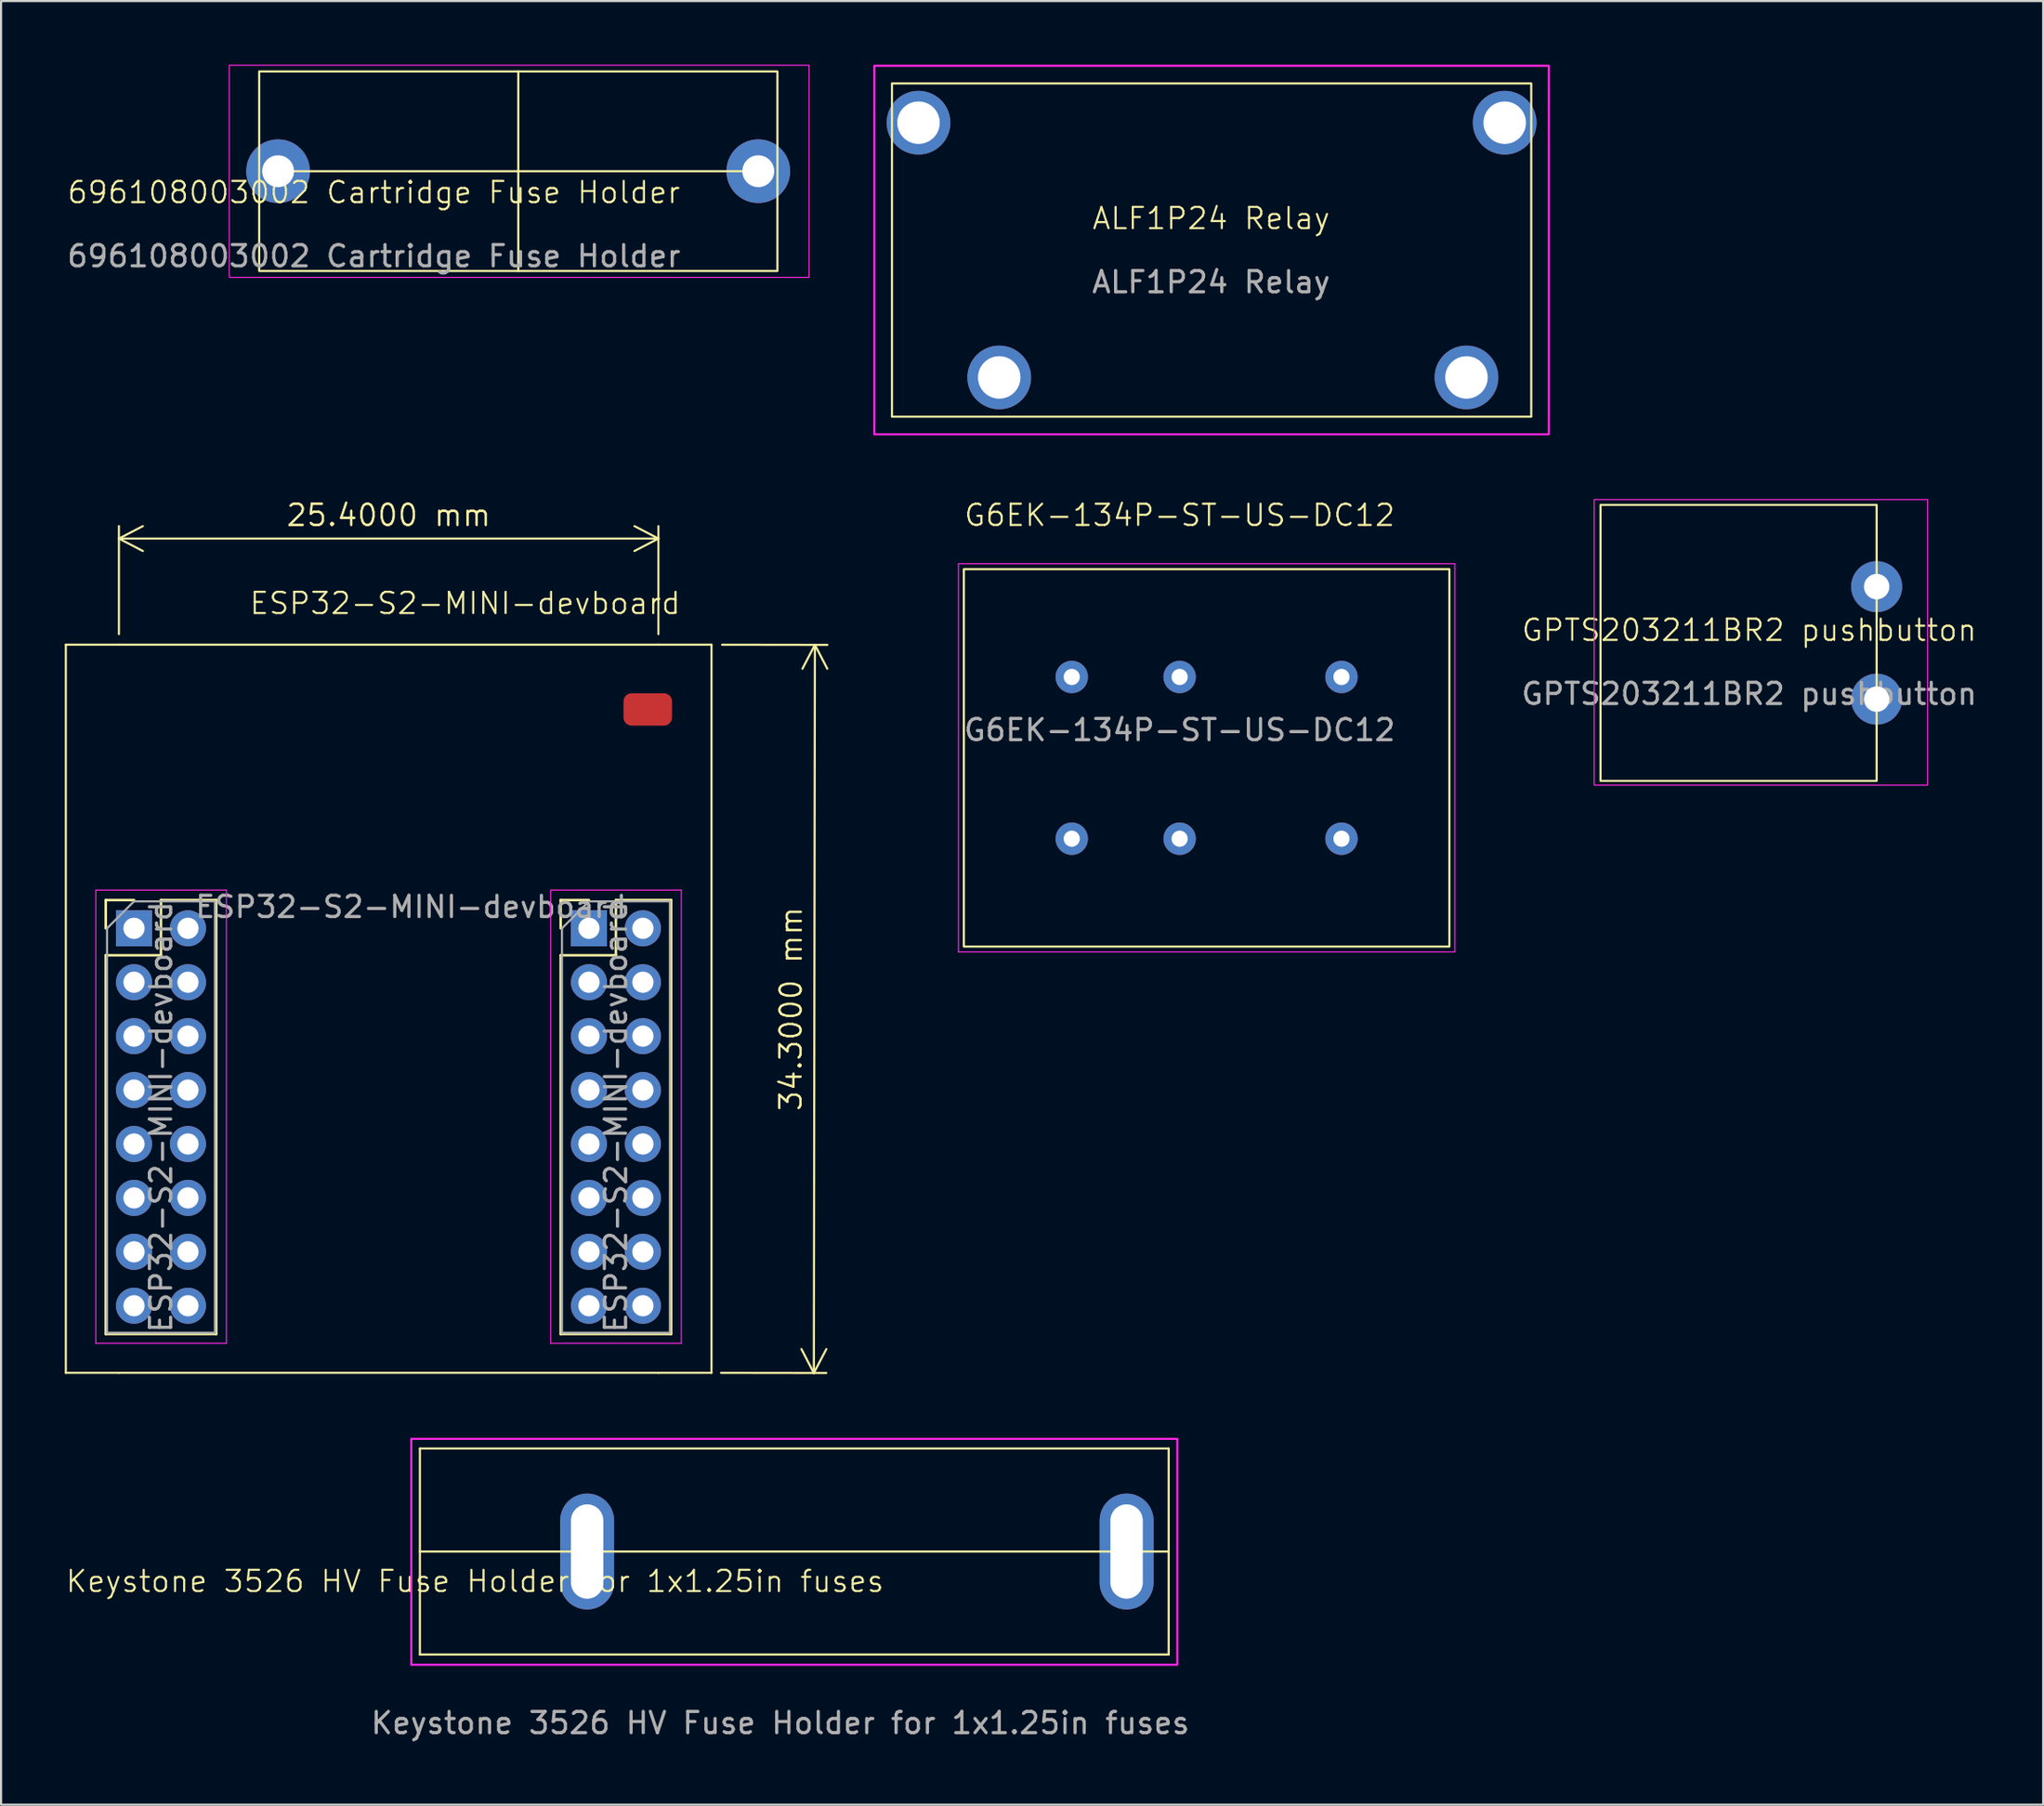
<source format=kicad_pcb>
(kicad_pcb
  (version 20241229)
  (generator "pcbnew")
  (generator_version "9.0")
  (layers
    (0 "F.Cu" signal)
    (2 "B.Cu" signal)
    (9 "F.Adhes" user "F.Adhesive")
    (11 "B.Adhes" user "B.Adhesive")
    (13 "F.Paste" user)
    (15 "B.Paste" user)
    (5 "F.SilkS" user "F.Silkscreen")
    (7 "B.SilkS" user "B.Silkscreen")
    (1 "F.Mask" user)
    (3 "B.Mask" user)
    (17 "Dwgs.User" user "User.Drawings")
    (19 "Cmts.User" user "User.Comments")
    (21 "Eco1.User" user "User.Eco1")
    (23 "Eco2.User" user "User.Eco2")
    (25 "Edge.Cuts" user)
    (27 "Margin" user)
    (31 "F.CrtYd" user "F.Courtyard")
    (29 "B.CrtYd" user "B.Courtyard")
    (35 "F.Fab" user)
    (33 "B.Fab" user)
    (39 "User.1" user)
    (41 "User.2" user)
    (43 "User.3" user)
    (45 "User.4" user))
  (footprint "Keystone 3526 HV Fuse Holder for 1x1.25in fuses"
    (layer "F.Cu")
    (at 34.349 70.012)
    (property "Reference" "Keystone 3526 HV Fuse Holder for 1x1.25in fuses" (at -15.037 1.43 0) (unlocked yes) (layer "F.SilkS") (effects (font (size 1 1) (thickness 0.1))))
    (attr through_hole)
    (fp_line (start -17.628 -4.826) (end -17.628 4.877) (stroke (width 0.1) (type default)) (layer "F.SilkS"))
    (fp_line (start 17.628 -4.826) (end -17.628 -4.826) (stroke (width 0.1) (type default)) (layer "F.SilkS"))
    (fp_line (start 17.628 0.025) (end -17.628 0.025) (stroke (width 0.1) (type default)) (layer "F.SilkS"))
    (fp_line (start 17.628 4.877) (end -17.628 4.877) (stroke (width 0.1) (type default)) (layer "F.SilkS"))
    (fp_line (start 17.628 4.877) (end 17.628 -4.826) (stroke (width 0.1) (type default)) (layer "F.SilkS"))
    (fp_rect (start -18.034 -5.283) (end 18.034 5.359) (stroke (width 0.1) (type default)) (fill no) (layer "F.CrtYd"))
    (fp_text user "${REFERENCE}" (at -0.66 8.103 0) (unlocked yes) (layer "F.Fab") (effects (font (size 1 1) (thickness 0.15))))
    (pad "1" thru_hole oval (at 15.646 0.025) (size 2.54 5.461) (drill oval 1.524 4.445) (layers "*.Cu" "*.Mask"))
    (pad "2" thru_hole oval (at -9.754 0.025) (size 2.54 5.461) (drill oval 1.524 4.445) (layers "*.Cu" "*.Mask")))
  (footprint "696108003002 Cartridge Fuse Holder"
    (layer "F.Cu")
    (at 21.324 5.025)
    (property "Reference" "696108003002 Cartridge Fuse Holder" (at -6.77 0.99 0) (unlocked yes) (layer "F.SilkS") (effects (font (size 1 1) (thickness 0.1))))
    (attr through_hole)
    (fp_line (start -11.27 -0.01) (end 0.03 -0.01) (stroke (width 0.1) (type default)) (layer "F.SilkS"))
    (fp_line (start 0.03 -4.71) (end 0.03 4.69) (stroke (width 0.1) (type default)) (layer "F.SilkS"))
    (fp_line (start 0.03 -0.01) (end 11.33 -0.01) (stroke (width 0.1) (type default)) (layer "F.SilkS"))
    (fp_rect (start -12.17 -4.71) (end 12.23 4.69) (stroke (width 0.1) (type default)) (fill no) (layer "F.SilkS"))
    (fp_rect (start -13.58 -5) (end 13.72 4.99) (stroke (width 0.05) (type default)) (fill no) (layer "F.CrtYd"))
    (fp_text user "${REFERENCE}" (at -6.77 3.99 0) (unlocked yes) (layer "F.Fab") (effects (font (size 1 1) (thickness 0.15))))
    (pad "1" thru_hole circle (at -11.28 -0.01) (size 3 3) (drill 1.5) (layers "*.Cu" "*.Mask"))
    (pad "2" thru_hole circle (at 11.33 -0.01) (size 3 3) (drill 1.5) (layers "*.Cu" "*.Mask")))
  (footprint "ESP32-S2-MINI-devboard"
    (layer "F.Cu")
    (at 16.3 37.17)
    (property "Reference" "ESP32-S2-MINI-devboard" (at 2.55 -11.8 0) (unlocked yes) (layer "F.SilkS") (effects (font (size 1 1) (thickness 0.1))))
    (attr smd)
    (fp_line (start -16.25 -9.85) (end -16.25 24.45) (stroke (width 0.1) (type default)) (layer "F.SilkS"))
    (fp_line (start -14.37 2.18) (end -13.04 2.18) (stroke (width 0.12) (type solid)) (layer "F.SilkS"))
    (fp_line (start -14.37 3.51) (end -14.37 2.18) (stroke (width 0.12) (type solid)) (layer "F.SilkS"))
    (fp_line (start -14.37 4.78) (end -14.37 22.62) (stroke (width 0.12) (type solid)) (layer "F.SilkS"))
    (fp_line (start -14.37 4.78) (end -11.77 4.78) (stroke (width 0.12) (type solid)) (layer "F.SilkS"))
    (fp_line (start -14.37 22.62) (end -9.17 22.62) (stroke (width 0.12) (type solid)) (layer "F.SilkS"))
    (fp_line (start -13.75 -9.85) (end -16.25 -9.85) (stroke (width 0.1) (type default)) (layer "F.SilkS"))
    (fp_line (start -13.75 -9.85) (end 11.65 -9.85) (stroke (width 0.1) (type default)) (layer "F.SilkS"))
    (fp_line (start -13.75 24.45) (end -16.25 24.45) (stroke (width 0.1) (type default)) (layer "F.SilkS"))
    (fp_line (start -13.75 24.45) (end 11.65 24.45) (stroke (width 0.1) (type default)) (layer "F.SilkS"))
    (fp_line (start -11.77 2.18) (end -9.17 2.18) (stroke (width 0.12) (type solid)) (layer "F.SilkS"))
    (fp_line (start -11.77 4.78) (end -11.77 2.18) (stroke (width 0.12) (type solid)) (layer "F.SilkS"))
    (fp_line (start -9.17 2.18) (end -9.17 22.62) (stroke (width 0.12) (type solid)) (layer "F.SilkS"))
    (fp_line (start 7.05 2.18) (end 8.38 2.18) (stroke (width 0.12) (type solid)) (layer "F.SilkS"))
    (fp_line (start 7.05 3.51) (end 7.05 2.18) (stroke (width 0.12) (type solid)) (layer "F.SilkS"))
    (fp_line (start 7.05 4.78) (end 7.05 22.62) (stroke (width 0.12) (type solid)) (layer "F.SilkS"))
    (fp_line (start 7.05 4.78) (end 9.65 4.78) (stroke (width 0.12) (type solid)) (layer "F.SilkS"))
    (fp_line (start 7.05 22.62) (end 12.25 22.62) (stroke (width 0.12) (type solid)) (layer "F.SilkS"))
    (fp_line (start 9.65 2.18) (end 12.25 2.18) (stroke (width 0.12) (type solid)) (layer "F.SilkS"))
    (fp_line (start 9.65 4.78) (end 9.65 2.18) (stroke (width 0.12) (type solid)) (layer "F.SilkS"))
    (fp_line (start 12.25 2.18) (end 12.25 22.62) (stroke (width 0.12) (type solid)) (layer "F.SilkS"))
    (fp_line (start 14.15 -9.85) (end 11.65 -9.85) (stroke (width 0.1) (type default)) (layer "F.SilkS"))
    (fp_line (start 14.15 -9.85) (end 14.15 24.45) (stroke (width 0.1) (type default)) (layer "F.SilkS"))
    (fp_line (start 14.15 24.45) (end 11.65 24.45) (stroke (width 0.1) (type default)) (layer "F.SilkS"))
    (fp_line (start -14.84 1.71) (end -14.84 23.06) (stroke (width 0.05) (type solid)) (layer "F.CrtYd"))
    (fp_line (start -14.84 23.06) (end -8.69 23.06) (stroke (width 0.05) (type solid)) (layer "F.CrtYd"))
    (fp_line (start -8.69 1.71) (end -14.84 1.71) (stroke (width 0.05) (type solid)) (layer "F.CrtYd"))
    (fp_line (start -8.69 23.06) (end -8.69 1.71) (stroke (width 0.05) (type solid)) (layer "F.CrtYd"))
    (fp_line (start 6.58 1.71) (end 6.58 23.06) (stroke (width 0.05) (type solid)) (layer "F.CrtYd"))
    (fp_line (start 6.58 23.06) (end 12.73 23.06) (stroke (width 0.05) (type solid)) (layer "F.CrtYd"))
    (fp_line (start 12.73 1.71) (end 6.58 1.71) (stroke (width 0.05) (type solid)) (layer "F.CrtYd"))
    (fp_line (start 12.73 23.06) (end 12.73 1.71) (stroke (width 0.05) (type solid)) (layer "F.CrtYd"))
    (fp_line (start -14.31 3.51) (end -13.04 2.24) (stroke (width 0.1) (type solid)) (layer "F.Fab"))
    (fp_line (start -14.31 22.56) (end -14.31 3.51) (stroke (width 0.1) (type solid)) (layer "F.Fab"))
    (fp_line (start -13.04 2.24) (end -9.23 2.24) (stroke (width 0.1) (type solid)) (layer "F.Fab"))
    (fp_line (start -9.23 2.24) (end -9.23 22.56) (stroke (width 0.1) (type solid)) (layer "F.Fab"))
    (fp_line (start -9.23 22.56) (end -14.31 22.56) (stroke (width 0.1) (type solid)) (layer "F.Fab"))
    (fp_line (start 7.11 3.51) (end 8.38 2.24) (stroke (width 0.1) (type solid)) (layer "F.Fab"))
    (fp_line (start 7.11 22.56) (end 7.11 3.51) (stroke (width 0.1) (type solid)) (layer "F.Fab"))
    (fp_line (start 8.38 2.24) (end 12.19 2.24) (stroke (width 0.1) (type solid)) (layer "F.Fab"))
    (fp_line (start 12.19 2.24) (end 12.19 22.56) (stroke (width 0.1) (type solid)) (layer "F.Fab"))
    (fp_line (start 12.19 22.56) (end 7.11 22.56) (stroke (width 0.1) (type solid)) (layer "F.Fab"))
    (fp_text user "${REFERENCE}" (at 9.65 12.4 90) (layer "F.Fab") (effects (font (size 1 1) (thickness 0.15))))
    (fp_text user "${REFERENCE}" (at 0 2.5 0) (unlocked yes) (layer "F.Fab") (effects (font (size 1 1) (thickness 0.15))))
    (fp_text user "${REFERENCE}" (at -11.77 12.4 90) (layer "F.Fab") (effects (font (size 1 1) (thickness 0.15))))
    (dimension (type aligned) (layer "F.SilkS") (pts (xy 30.45 27.32) (xy 30.4 61.62)) (height -4.869) (format (prefix "") (suffix "") (units 3) (units_format 1) (precision 4)) (style (thickness 0.1) (arrow_length 1.27) (text_position_mode 0) (arrow_direction outward) (extension_height 0.586) (extension_offset 0.5) (keep_text_aligned yes)) (gr_text "34.3000 mm" (at 34.194 44.476 89.916) (layer "F.SilkS") (effects (font (size 1 1) (thickness 0.1)))))
    (dimension (type aligned) (layer "F.SilkS") (pts (xy 2.55 27.32) (xy 27.95 27.32)) (height -5) (format (prefix "") (suffix "") (units 3) (units_format 1) (precision 4)) (style (thickness 0.1) (arrow_length 1.27) (text_position_mode 0) (arrow_direction outward) (extension_height 0.586) (extension_offset 0.5) (keep_text_aligned yes)) (gr_text "25.4000 mm" (at 15.25 21.221 0) (layer "F.SilkS") (effects (font (size 1 1) (thickness 0.1)))))
    (pad "1" thru_hole rect (at -13.04 3.51) (size 1.7 1.7) (drill 1) (layers "*.Cu" "*.Mask"))
    (pad "1" thru_hole rect (at 8.38 3.51) (size 1.7 1.7) (drill 1) (layers "*.Cu" "*.Mask"))
    (pad "2" thru_hole oval (at -10.5 3.51) (size 1.7 1.7) (drill 1) (layers "*.Cu" "*.Mask"))
    (pad "2" thru_hole oval (at 10.92 3.51) (size 1.7 1.7) (drill 1) (layers "*.Cu" "*.Mask"))
    (pad "3" thru_hole oval (at -13.04 6.05) (size 1.7 1.7) (drill 1) (layers "*.Cu" "*.Mask"))
    (pad "3" thru_hole oval (at 8.38 6.05) (size 1.7 1.7) (drill 1) (layers "*.Cu" "*.Mask"))
    (pad "4" thru_hole oval (at -10.5 6.05) (size 1.7 1.7) (drill 1) (layers "*.Cu" "*.Mask"))
    (pad "4" thru_hole oval (at 10.92 6.05) (size 1.7 1.7) (drill 1) (layers "*.Cu" "*.Mask"))
    (pad "5" thru_hole oval (at -13.04 8.59) (size 1.7 1.7) (drill 1) (layers "*.Cu" "*.Mask"))
    (pad "5" thru_hole oval (at 8.38 8.59) (size 1.7 1.7) (drill 1) (layers "*.Cu" "*.Mask"))
    (pad "6" thru_hole oval (at -10.5 8.59) (size 1.7 1.7) (drill 1) (layers "*.Cu" "*.Mask"))
    (pad "6" thru_hole oval (at 10.92 8.59) (size 1.7 1.7) (drill 1) (layers "*.Cu" "*.Mask"))
    (pad "7" thru_hole oval (at -13.04 11.13) (size 1.7 1.7) (drill 1) (layers "*.Cu" "*.Mask"))
    (pad "7" thru_hole oval (at 8.38 11.13) (size 1.7 1.7) (drill 1) (layers "*.Cu" "*.Mask"))
    (pad "8" thru_hole oval (at -10.5 11.13) (size 1.7 1.7) (drill 1) (layers "*.Cu" "*.Mask"))
    (pad "8" thru_hole oval (at 10.92 11.13) (size 1.7 1.7) (drill 1) (layers "*.Cu" "*.Mask"))
    (pad "9" thru_hole oval (at -13.04 13.67) (size 1.7 1.7) (drill 1) (layers "*.Cu" "*.Mask"))
    (pad "9" thru_hole oval (at 8.38 13.67) (size 1.7 1.7) (drill 1) (layers "*.Cu" "*.Mask"))
    (pad "10" thru_hole oval (at -10.5 13.67) (size 1.7 1.7) (drill 1) (layers "*.Cu" "*.Mask"))
    (pad "10" thru_hole oval (at 10.92 13.67) (size 1.7 1.7) (drill 1) (layers "*.Cu" "*.Mask"))
    (pad "11" thru_hole oval (at -13.04 16.21) (size 1.7 1.7) (drill 1) (layers "*.Cu" "*.Mask"))
    (pad "11" thru_hole oval (at 8.38 16.21) (size 1.7 1.7) (drill 1) (layers "*.Cu" "*.Mask"))
    (pad "12" thru_hole oval (at -10.5 16.21) (size 1.7 1.7) (drill 1) (layers "*.Cu" "*.Mask"))
    (pad "12" thru_hole oval (at 10.92 16.21) (size 1.7 1.7) (drill 1) (layers "*.Cu" "*.Mask"))
    (pad "13" thru_hole oval (at -13.04 18.75) (size 1.7 1.7) (drill 1) (layers "*.Cu" "*.Mask"))
    (pad "13" thru_hole oval (at 8.38 18.75) (size 1.7 1.7) (drill 1) (layers "*.Cu" "*.Mask"))
    (pad "14" thru_hole oval (at -10.5 18.75) (size 1.7 1.7) (drill 1) (layers "*.Cu" "*.Mask"))
    (pad "14" thru_hole oval (at 10.92 18.75) (size 1.7 1.7) (drill 1) (layers "*.Cu" "*.Mask"))
    (pad "15" thru_hole oval (at -13.04 21.29) (size 1.7 1.7) (drill 1) (layers "*.Cu" "*.Mask"))
    (pad "15" thru_hole oval (at 8.38 21.29) (size 1.7 1.7) (drill 1) (layers "*.Cu" "*.Mask"))
    (pad "16" thru_hole oval (at -10.5 21.29) (size 1.7 1.7) (drill 1) (layers "*.Cu" "*.Mask"))
    (pad "16" thru_hole oval (at 10.92 21.29) (size 1.7 1.7) (drill 1) (layers "*.Cu" "*.Mask"))
    (pad "17" smd roundrect (at 11.15 -6.8) (size 2.286 1.524) (layers "F.Cu" "F.Mask" "F.Paste") (roundrect_rratio 0.25)))
  (footprint "ALF1P24 Relay"
    (layer "F.Cu")
    (at 54.029 8.73)
    (property "Reference" "ALF1P24 Relay" (at -0.051 -1.49 0) (unlocked yes) (layer "F.SilkS") (effects (font (size 1 1) (thickness 0.1))))
    (attr smd)
    (fp_rect (start 15.019 -7.85) (end -15.081 7.85) (stroke (width 0.1) (type default)) (fill no) (layer "F.SilkS"))
    (fp_rect (start 15.849 -8.68) (end -15.911 8.68) (stroke (width 0.1) (type default)) (fill no) (layer "F.CrtYd"))
    (fp_text user "${REFERENCE}" (at -0.051 1.51 0) (unlocked yes) (layer "F.Fab") (effects (font (size 1 1) (thickness 0.15))))
    (pad "1" thru_hole circle (at 11.969 6) (size 3 3) (drill 2) (layers "*.Cu" "*.Mask"))
    (pad "2" thru_hole circle (at -10.031 6) (size 3 3) (drill 2) (layers "*.Cu" "*.Mask"))
    (pad "3" thru_hole circle (at 13.769 -6) (size 3 3) (drill 2) (layers "*.Cu" "*.Mask"))
    (pad "4" thru_hole circle (at -13.831 -6) (size 3 3) (drill 2) (layers "*.Cu" "*.Mask")))
  (footprint "G6EK-134P-ST-US-DC12"
    (layer "F.Cu")
    (at 52.493 28.84)
    (property "Reference" "G6EK-134P-ST-US-DC12" (at 0 -7.62 0) (unlocked yes) (layer "F.SilkS") (effects (font (size 1 1) (thickness 0.1))))
    (attr through_hole)
    (fp_rect (start -10.16 -5.08) (end 12.7 12.7) (stroke (width 0.1) (type default)) (fill no) (layer "F.SilkS"))
    (fp_line (start -10.414 -5.334) (end -10.414 12.954) (stroke (width 0.05) (type default)) (layer "F.CrtYd"))
    (fp_line (start -10.414 12.954) (end 12.954 12.954) (stroke (width 0.05) (type default)) (layer "F.CrtYd"))
    (fp_line (start 12.954 -5.334) (end -10.414 -5.334) (stroke (width 0.05) (type default)) (layer "F.CrtYd"))
    (fp_line (start 12.954 12.954) (end 12.954 -5.334) (stroke (width 0.05) (type default)) (layer "F.CrtYd"))
    (fp_text user "${REFERENCE}" (at 0 2.5 0) (unlocked yes) (layer "F.Fab") (effects (font (size 1 1) (thickness 0.15))))
    (pad "1" thru_hole circle (at -5.08 0) (size 1.524 1.524) (drill 0.762) (layers "*.Cu" "*.Mask"))
    (pad "3" thru_hole circle (at 0 0) (size 1.524 1.524) (drill 0.762) (layers "*.Cu" "*.Mask"))
    (pad "6" thru_hole circle (at 7.62 0) (size 1.524 1.524) (drill 0.762) (layers "*.Cu" "*.Mask"))
    (pad "7" thru_hole circle (at 7.62 7.62) (size 1.524 1.524) (drill 0.762) (layers "*.Cu" "*.Mask"))
    (pad "10" thru_hole circle (at 0 7.62) (size 1.524 1.524) (drill 0.762) (layers "*.Cu" "*.Mask"))
    (pad "12" thru_hole circle (at -5.08 7.62) (size 1.524 1.524) (drill 0.762) (layers "*.Cu" "*.Mask")))
  (footprint "GPTS203211BR2 pushbutton"
    (layer "F.Cu")
    (at 79.311 27.135)
    (property "Reference" "GPTS203211BR2 pushbutton" (at 0 -0.5 0) (unlocked yes) (layer "F.SilkS") (effects (font (size 1 1) (thickness 0.1))))
    (attr through_hole)
    (fp_rect (start -7 -6.4) (end 6 6.6) (stroke (width 0.1) (type default)) (fill no) (layer "F.SilkS"))
    (fp_rect (start -7.3 -6.65) (end 8.4 6.8) (stroke (width 0.05) (type default)) (fill no) (layer "F.CrtYd"))
    (fp_text user "${REFERENCE}" (at 0 2.5 0) (unlocked yes) (layer "F.Fab") (effects (font (size 1 1) (thickness 0.15))))
    (pad "1" thru_hole circle (at 6 -2.55) (size 2.4 2.4) (drill 1.2) (layers "*.Cu" "*.Mask"))
    (pad "2" thru_hole circle (at 6 2.75) (size 2.4 2.4) (drill 1.2) (layers "*.Cu" "*.Mask")))
  (gr_rect
    (start -3 -3)
    (end 93.151 81.963)
    (stroke (width 0.1) (type default))
    (fill no)
    (layer "Edge.Cuts")))
</source>
